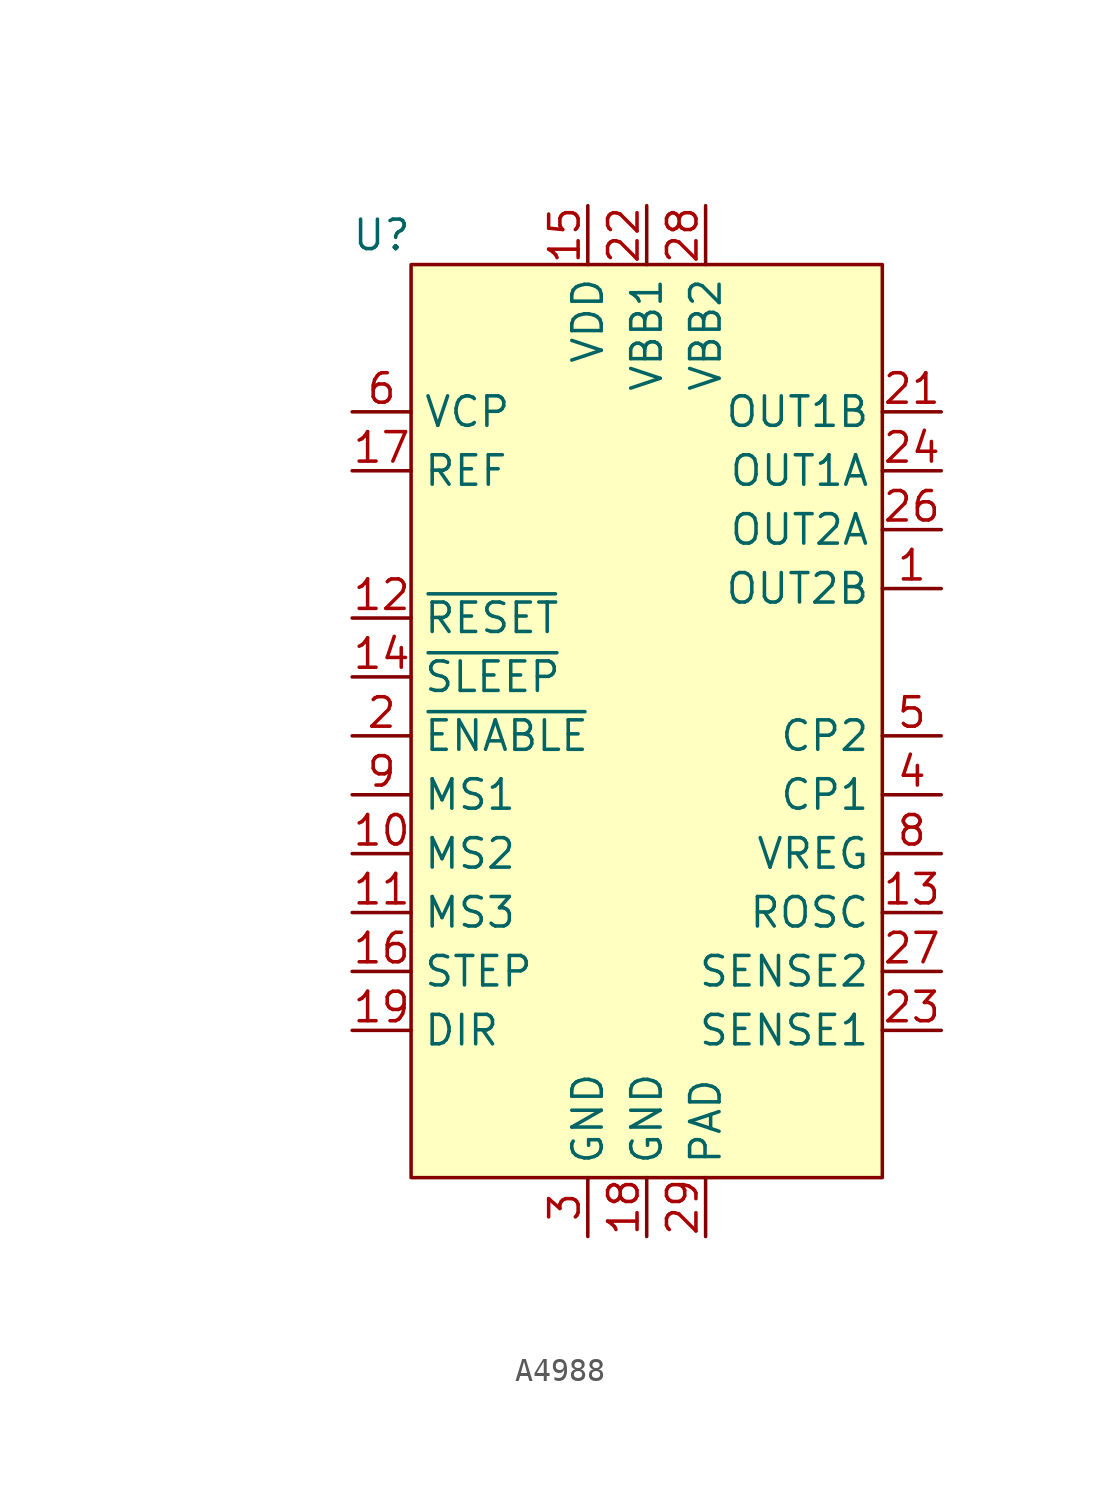
<source format=kicad_sym>
(kicad_symbol_lib
  (version 20220914)
  (generator kicad_symbol_editor)
  (symbol "A4988"
    (property "Reference" "U"
      (at -1.27 1.27 0)
      (effects (font (size 1.27 1.27))))
    (property "Value" ""
      (at -10.16 -24.13 0)
      (effects (font (size 1.27 1.27))))
    (symbol "A4988_0_0"
      (pin output line (at 22.86 -13.97 180) (length 2.54) (name "OUT2B" (effects (font (size 1.27 1.27)))) (number "1" (effects (font (size 1.27 1.27)))))
      (pin input line (at -2.54 -25.4 0) (length 2.54) (name "MS2" (effects (font (size 1.27 1.27)))) (number "10" (effects (font (size 1.27 1.27)))))
      (pin input line (at -2.54 -27.94 0) (length 2.54) (name "MS3" (effects (font (size 1.27 1.27)))) (number "11" (effects (font (size 1.27 1.27)))))
      (pin passive line (at 22.86 -27.94 180) (length 2.54) (name "ROSC" (effects (font (size 1.27 1.27)))) (number "13" (effects (font (size 1.27 1.27)))))
      (pin power_in line (at 7.62 2.54 270) (length 2.54) (name "VDD" (effects (font (size 1.27 1.27)))) (number "15" (effects (font (size 1.27 1.27)))))
      (pin input line (at -2.54 -30.48 0) (length 2.54) (name "STEP" (effects (font (size 1.27 1.27)))) (number "16" (effects (font (size 1.27 1.27)))))
      (pin passive line (at -2.54 -8.89 0) (length 2.54) (name "REF" (effects (font (size 1.27 1.27)))) (number "17" (effects (font (size 1.27 1.27)))))
      (pin power_in line (at 10.16 -41.91 90) (length 2.54) (name "GND" (effects (font (size 1.27 1.27)))) (number "18" (effects (font (size 1.27 1.27)))))
      (pin input line (at -2.54 -33.02 0) (length 2.54) (name "DIR" (effects (font (size 1.27 1.27)))) (number "19" (effects (font (size 1.27 1.27)))))
      (pin output line (at 22.86 -6.35 180) (length 2.54) (name "OUT1B" (effects (font (size 1.27 1.27)))) (number "21" (effects (font (size 1.27 1.27)))))
      (pin power_in line (at 10.16 2.54 270) (length 2.54) (name "VBB1" (effects (font (size 1.27 1.27)))) (number "22" (effects (font (size 1.27 1.27)))))
      (pin passive line (at 22.86 -33.02 180) (length 2.54) (name "SENSE1" (effects (font (size 1.27 1.27)))) (number "23" (effects (font (size 1.27 1.27)))))
      (pin output line (at 22.86 -8.89 180) (length 2.54) (name "OUT1A" (effects (font (size 1.27 1.27)))) (number "24" (effects (font (size 1.27 1.27)))))
      (pin output line (at 22.86 -11.43 180) (length 2.54) (name "OUT2A" (effects (font (size 1.27 1.27)))) (number "26" (effects (font (size 1.27 1.27)))))
      (pin passive line (at 22.86 -30.48 180) (length 2.54) (name "SENSE2" (effects (font (size 1.27 1.27)))) (number "27" (effects (font (size 1.27 1.27)))))
      (pin power_in line (at 12.7 2.54 270) (length 2.54) (name "VBB2" (effects (font (size 1.27 1.27)))) (number "28" (effects (font (size 1.27 1.27)))))
      (pin power_in line (at 7.62 -41.91 90) (length 2.54) (name "GND" (effects (font (size 1.27 1.27)))) (number "3" (effects (font (size 1.27 1.27)))))
      (pin passive line (at 22.86 -22.86 180) (length 2.54) (name "CP1" (effects (font (size 1.27 1.27)))) (number "4" (effects (font (size 1.27 1.27)))))
      (pin passive line (at 22.86 -20.32 180) (length 2.54) (name "CP2" (effects (font (size 1.27 1.27)))) (number "5" (effects (font (size 1.27 1.27)))))
      (pin passive line (at -2.54 -6.35 0) (length 2.54) (name "VCP" (effects (font (size 1.27 1.27)))) (number "6" (effects (font (size 1.27 1.27)))))
      (pin passive line (at 22.86 -25.4 180) (length 2.54) (name "VREG" (effects (font (size 1.27 1.27)))) (number "8" (effects (font (size 1.27 1.27)))))
      (pin input line (at -2.54 -22.86 0) (length 2.54) (name "MS1" (effects (font (size 1.27 1.27)))) (number "9" (effects (font (size 1.27 1.27))))))
    (symbol "A4988_1_0"
      (pin input line (at -2.54 -15.24 0) (length 2.54) (name "~{RESET}" (effects (font (size 1.27 1.27)))) (number "12" (effects (font (size 1.27 1.27)))))
      (pin input line (at -2.54 -17.78 0) (length 2.54) (name "~{SLEEP}" (effects (font (size 1.27 1.27)))) (number "14" (effects (font (size 1.27 1.27)))))
      (pin input line (at -2.54 -20.32 0) (length 2.54) (name "~{ENABLE}" (effects (font (size 1.27 1.27)))) (number "2" (effects (font (size 1.27 1.27)))))
      (pin no_connect line (at 2.54 -41.91 90) (length 2.54) hide (name "NC" (effects (font (size 1.27 1.27)))) (number "20" (effects (font (size 1.27 1.27)))))
      (pin no_connect line (at 16.51 -41.91 90) (length 2.54) hide (name "NC" (effects (font (size 1.27 1.27)))) (number "25" (effects (font (size 1.27 1.27)))))
      (pin power_in line (at 12.7 -41.91 90) (length 2.54) (name "PAD" (effects (font (size 1.27 1.27)))) (number "29" (effects (font (size 1.27 1.27)))))
      (pin no_connect line (at 5.08 -41.91 90) (length 2.54) hide (name "NC" (effects (font (size 1.27 1.27)))) (number "7" (effects (font (size 1.27 1.27))))))
    (symbol "A4988_1_1"
      (rectangle (start 0 0) (end 20.32 -39.37) (stroke (width 0) (type default)) (fill (type background))))))
</source>
